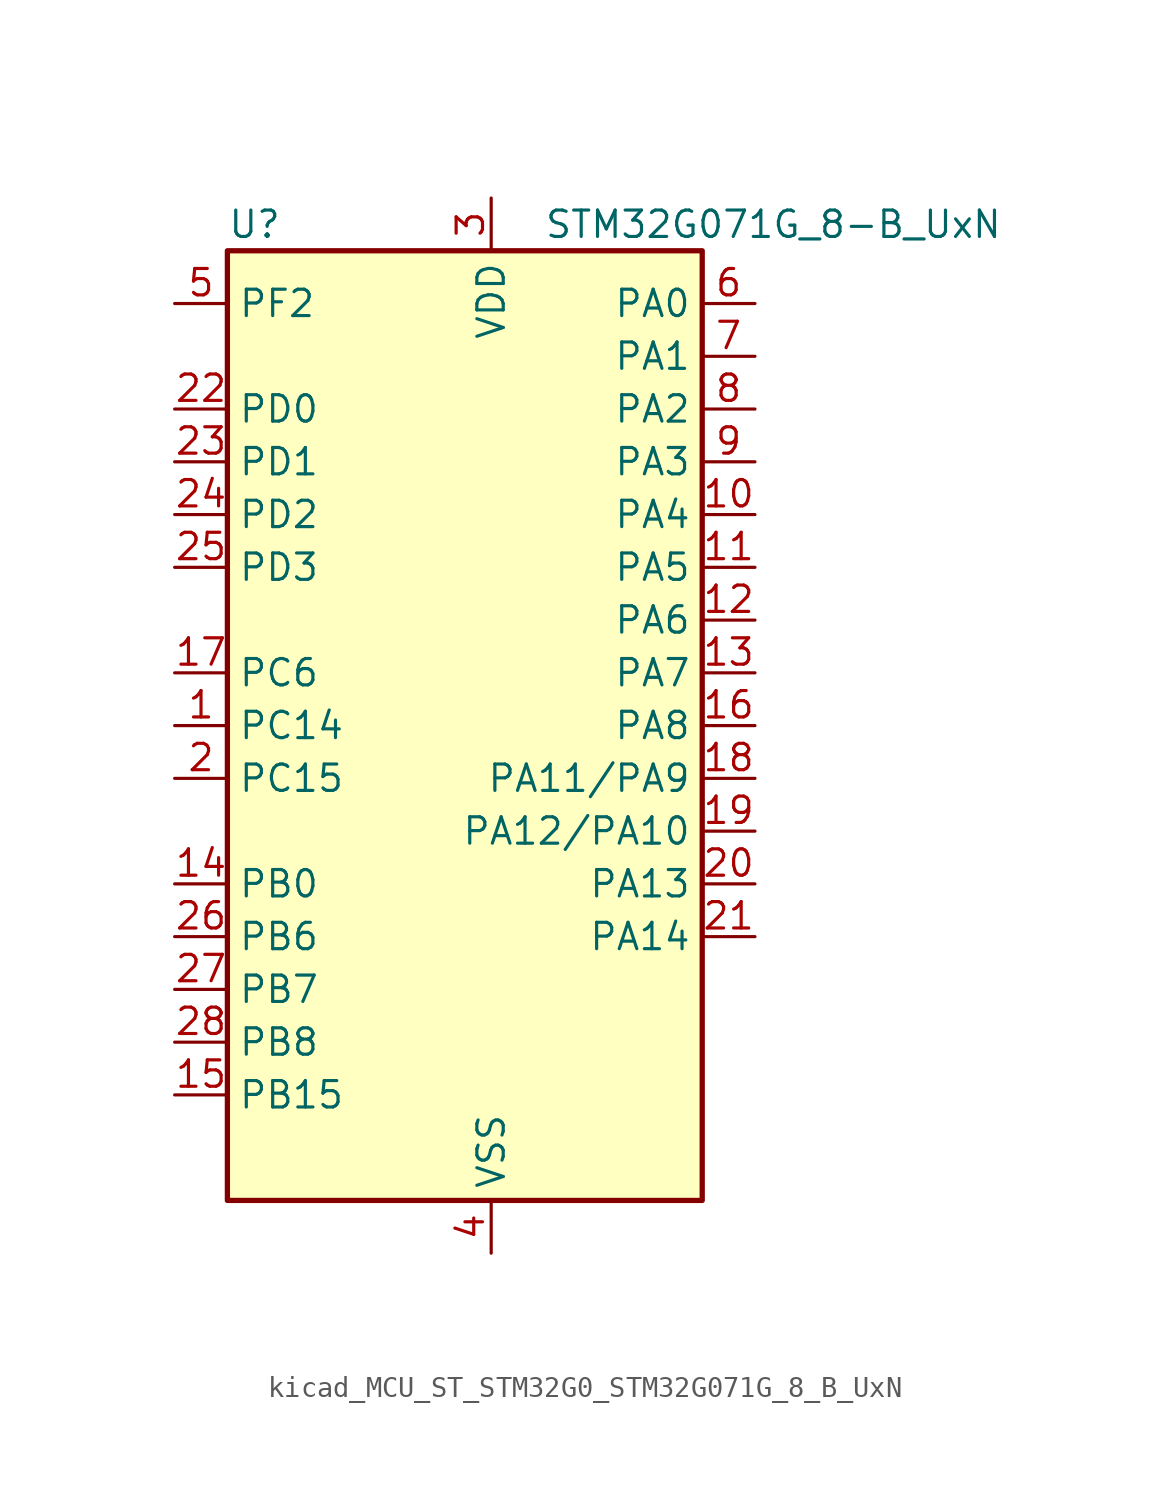
<source format=kicad_sym>
(kicad_symbol_lib
  (version 20220914)
  (generator kicad_symbol_editor)
  (symbol "kicad_MCU_ST_STM32G0_STM32G071G_8_B_UxN"
    (property "Reference" "U"
      (at -10.16 24.13 0)
      (effects (font (size 1.27 1.27)) (justify left)))
    (property "Value" "STM32G071G_8-B_UxN"
      (at 5.08 24.13 0)
      (effects (font (size 1.27 1.27)) (justify left)))
    (property "ki_locked" ""
      (at 0 0 0)
      (effects (font (size 1.27 1.27))))
    (symbol "kicad_MCU_ST_STM32G0_STM32G071G_8_B_UxN_0_1"
      (rectangle (start -10.16 -22.86) (end 12.7 22.86) (stroke (width 0.254) (type default)) (fill (type background))))
    (symbol "kicad_MCU_ST_STM32G0_STM32G071G_8_B_UxN_1_1"
      (pin bidirectional line (at -12.7 0 0) (length 2.54) (name "PC14" (effects (font (size 1.27 1.27)))) (number "1" (effects (font (size 1.27 1.27)))) (alternate "RCC_OSC32_IN" bidirectional line) (alternate "RCC_OSC_IN" bidirectional line) (alternate "TIM1_BK2" bidirectional line))
      (pin bidirectional line (at 15.24 10.16 180) (length 2.54) (name "PA4" (effects (font (size 1.27 1.27)))) (number "10" (effects (font (size 1.27 1.27)))) (alternate "ADC1_IN4" bidirectional line) (alternate "DAC1_OUT1" bidirectional line) (alternate "I2S1_WS" bidirectional line) (alternate "LPTIM2_OUT" bidirectional line) (alternate "RTC_OUT_ALARM" bidirectional line) (alternate "RTC_OUT_CALIB" bidirectional line) (alternate "RTC_TAMP_IN1" bidirectional line) (alternate "RTC_TS" bidirectional line) (alternate "SPI1_NSS" bidirectional line) (alternate "SPI2_MOSI" bidirectional line) (alternate "SYS_WKUP2" bidirectional line) (alternate "TIM14_CH1" bidirectional line) (alternate "UCPD2_FRSTX1" bidirectional line) (alternate "UCPD2_FRSTX2" bidirectional line))
      (pin bidirectional line (at 15.24 7.62 180) (length 2.54) (name "PA5" (effects (font (size 1.27 1.27)))) (number "11" (effects (font (size 1.27 1.27)))) (alternate "ADC1_IN5" bidirectional line) (alternate "CEC" bidirectional line) (alternate "DAC1_OUT2" bidirectional line) (alternate "I2S1_CK" bidirectional line) (alternate "LPTIM2_ETR" bidirectional line) (alternate "SPI1_SCK" bidirectional line) (alternate "TIM2_CH1" bidirectional line) (alternate "TIM2_ETR" bidirectional line) (alternate "UCPD1_FRSTX1" bidirectional line) (alternate "UCPD1_FRSTX2" bidirectional line) (alternate "USART3_TX" bidirectional line))
      (pin bidirectional line (at 15.24 5.08 180) (length 2.54) (name "PA6" (effects (font (size 1.27 1.27)))) (number "12" (effects (font (size 1.27 1.27)))) (alternate "ADC1_IN6" bidirectional line) (alternate "COMP1_OUT" bidirectional line) (alternate "I2S1_MCK" bidirectional line) (alternate "LPUART1_CTS" bidirectional line) (alternate "SPI1_MISO" bidirectional line) (alternate "TIM16_CH1" bidirectional line) (alternate "TIM1_BK" bidirectional line) (alternate "TIM3_CH1" bidirectional line) (alternate "USART3_CTS" bidirectional line) (alternate "USART3_NSS" bidirectional line))
      (pin bidirectional line (at 15.24 2.54 180) (length 2.54) (name "PA7" (effects (font (size 1.27 1.27)))) (number "13" (effects (font (size 1.27 1.27)))) (alternate "ADC1_IN7" bidirectional line) (alternate "COMP2_OUT" bidirectional line) (alternate "I2S1_SD" bidirectional line) (alternate "SPI1_MOSI" bidirectional line) (alternate "TIM14_CH1" bidirectional line) (alternate "TIM17_CH1" bidirectional line) (alternate "TIM1_CH1N" bidirectional line) (alternate "TIM3_CH2" bidirectional line) (alternate "UCPD1_FRSTX1" bidirectional line) (alternate "UCPD1_FRSTX2" bidirectional line))
      (pin bidirectional line (at -12.7 -7.62 0) (length 2.54) (name "PB0" (effects (font (size 1.27 1.27)))) (number "14" (effects (font (size 1.27 1.27)))) (alternate "ADC1_IN8" bidirectional line) (alternate "COMP1_OUT" bidirectional line) (alternate "I2S1_WS" bidirectional line) (alternate "LPTIM1_OUT" bidirectional line) (alternate "SPI1_NSS" bidirectional line) (alternate "TIM1_CH2N" bidirectional line) (alternate "TIM3_CH3" bidirectional line) (alternate "UCPD1_DBCC2" bidirectional line) (alternate "UCPD1_FRSTX1" bidirectional line) (alternate "UCPD1_FRSTX2" bidirectional line) (alternate "USART3_RX" bidirectional line))
      (pin bidirectional line (at -12.7 -17.78 0) (length 2.54) (name "PB15" (effects (font (size 1.27 1.27)))) (number "15" (effects (font (size 1.27 1.27)))) (alternate "RTC_REFIN" bidirectional line) (alternate "SPI2_MOSI" bidirectional line) (alternate "TIM15_CH1N" bidirectional line) (alternate "TIM15_CH2" bidirectional line) (alternate "TIM1_CH3N" bidirectional line) (alternate "UCPD1_CC2" bidirectional line))
      (pin bidirectional line (at 15.24 0 180) (length 2.54) (name "PA8" (effects (font (size 1.27 1.27)))) (number "16" (effects (font (size 1.27 1.27)))) (alternate "LPTIM2_OUT" bidirectional line) (alternate "RCC_MCO" bidirectional line) (alternate "SPI2_NSS" bidirectional line) (alternate "TIM1_CH1" bidirectional line) (alternate "UCPD1_CC1" bidirectional line))
      (pin bidirectional line (at -12.7 2.54 0) (length 2.54) (name "PC6" (effects (font (size 1.27 1.27)))) (number "17" (effects (font (size 1.27 1.27)))) (alternate "TIM2_CH3" bidirectional line) (alternate "TIM3_CH1" bidirectional line) (alternate "UCPD1_DBCC1" bidirectional line) (alternate "UCPD1_FRSTX1" bidirectional line) (alternate "UCPD1_FRSTX2" bidirectional line))
      (pin bidirectional line (at 15.24 -2.54 180) (length 2.54) (name "PA11/PA9" (effects (font (size 1.27 1.27)))) (number "18" (effects (font (size 1.27 1.27)))) (alternate "ADC1_EXTI11" bidirectional line) (alternate "COMP1_OUT" bidirectional line) (alternate "I2C2_SCL" bidirectional line) (alternate "I2S1_MCK" bidirectional line) (alternate "SPI1_MISO" bidirectional line) (alternate "TIM1_BK2" bidirectional line) (alternate "TIM1_CH4" bidirectional line) (alternate "USART1_CTS" bidirectional line) (alternate "USART1_NSS" bidirectional line))
      (pin bidirectional line (at 15.24 -5.08 180) (length 2.54) (name "PA12/PA10" (effects (font (size 1.27 1.27)))) (number "19" (effects (font (size 1.27 1.27)))) (alternate "COMP2_OUT" bidirectional line) (alternate "I2C2_SDA" bidirectional line) (alternate "I2S1_SD" bidirectional line) (alternate "I2S_CKIN" bidirectional line) (alternate "SPI1_MOSI" bidirectional line) (alternate "TIM1_ETR" bidirectional line) (alternate "USART1_CK" bidirectional line) (alternate "USART1_DE" bidirectional line) (alternate "USART1_RTS" bidirectional line))
      (pin bidirectional line (at -12.7 -2.54 0) (length 2.54) (name "PC15" (effects (font (size 1.27 1.27)))) (number "2" (effects (font (size 1.27 1.27)))) (alternate "RCC_OSC32_EN" bidirectional line) (alternate "RCC_OSC32_OUT" bidirectional line) (alternate "RCC_OSC_EN" bidirectional line) (alternate "TIM15_BK" bidirectional line))
      (pin bidirectional line (at 15.24 -7.62 180) (length 2.54) (name "PA13" (effects (font (size 1.27 1.27)))) (number "20" (effects (font (size 1.27 1.27)))) (alternate "IR_OUT" bidirectional line) (alternate "SYS_SWDIO" bidirectional line))
      (pin bidirectional line (at 15.24 -10.16 180) (length 2.54) (name "PA14" (effects (font (size 1.27 1.27)))) (number "21" (effects (font (size 1.27 1.27)))) (alternate "SYS_SWCLK" bidirectional line) (alternate "USART2_TX" bidirectional line))
      (pin bidirectional line (at -12.7 15.24 0) (length 2.54) (name "PD0" (effects (font (size 1.27 1.27)))) (number "22" (effects (font (size 1.27 1.27)))) (alternate "SPI2_NSS" bidirectional line) (alternate "TIM16_CH1" bidirectional line) (alternate "UCPD2_CC1" bidirectional line))
      (pin bidirectional line (at -12.7 12.7 0) (length 2.54) (name "PD1" (effects (font (size 1.27 1.27)))) (number "23" (effects (font (size 1.27 1.27)))) (alternate "SPI2_SCK" bidirectional line) (alternate "TIM17_CH1" bidirectional line) (alternate "UCPD2_DBCC1" bidirectional line))
      (pin bidirectional line (at -12.7 10.16 0) (length 2.54) (name "PD2" (effects (font (size 1.27 1.27)))) (number "24" (effects (font (size 1.27 1.27)))) (alternate "TIM1_CH1N" bidirectional line) (alternate "TIM3_ETR" bidirectional line) (alternate "UCPD2_CC2" bidirectional line) (alternate "USART3_CK" bidirectional line) (alternate "USART3_DE" bidirectional line) (alternate "USART3_RTS" bidirectional line))
      (pin bidirectional line (at -12.7 7.62 0) (length 2.54) (name "PD3" (effects (font (size 1.27 1.27)))) (number "25" (effects (font (size 1.27 1.27)))) (alternate "SPI2_MISO" bidirectional line) (alternate "TIM1_CH2N" bidirectional line) (alternate "UCPD2_DBCC2" bidirectional line) (alternate "USART2_CTS" bidirectional line) (alternate "USART2_NSS" bidirectional line))
      (pin bidirectional line (at -12.7 -10.16 0) (length 2.54) (name "PB6" (effects (font (size 1.27 1.27)))) (number "26" (effects (font (size 1.27 1.27)))) (alternate "COMP2_INP" bidirectional line) (alternate "I2C1_SCL" bidirectional line) (alternate "LPTIM1_ETR" bidirectional line) (alternate "SPI2_MISO" bidirectional line) (alternate "TIM16_CH1N" bidirectional line) (alternate "TIM1_CH3" bidirectional line) (alternate "USART1_TX" bidirectional line))
      (pin bidirectional line (at -12.7 -12.7 0) (length 2.54) (name "PB7" (effects (font (size 1.27 1.27)))) (number "27" (effects (font (size 1.27 1.27)))) (alternate "COMP2_INM" bidirectional line) (alternate "I2C1_SDA" bidirectional line) (alternate "LPTIM1_IN2" bidirectional line) (alternate "SPI2_MOSI" bidirectional line) (alternate "SYS_PVD_IN" bidirectional line) (alternate "TIM17_CH1N" bidirectional line) (alternate "USART1_RX" bidirectional line) (alternate "USART4_CTS" bidirectional line) (alternate "USART4_NSS" bidirectional line))
      (pin bidirectional line (at -12.7 -15.24 0) (length 2.54) (name "PB8" (effects (font (size 1.27 1.27)))) (number "28" (effects (font (size 1.27 1.27)))) (alternate "CEC" bidirectional line) (alternate "I2C1_SCL" bidirectional line) (alternate "SPI2_SCK" bidirectional line) (alternate "TIM15_BK" bidirectional line) (alternate "TIM16_CH1" bidirectional line) (alternate "USART3_TX" bidirectional line))
      (pin power_in line (at 2.54 25.4 270) (length 2.54) (name "VDD" (effects (font (size 1.27 1.27)))) (number "3" (effects (font (size 1.27 1.27)))))
      (pin power_in line (at 2.54 -25.4 90) (length 2.54) (name "VSS" (effects (font (size 1.27 1.27)))) (number "4" (effects (font (size 1.27 1.27)))))
      (pin bidirectional line (at -12.7 20.32 0) (length 2.54) (name "PF2" (effects (font (size 1.27 1.27)))) (number "5" (effects (font (size 1.27 1.27)))) (alternate "RCC_MCO" bidirectional line))
      (pin bidirectional line (at 15.24 20.32 180) (length 2.54) (name "PA0" (effects (font (size 1.27 1.27)))) (number "6" (effects (font (size 1.27 1.27)))) (alternate "ADC1_IN0" bidirectional line) (alternate "COMP1_INM" bidirectional line) (alternate "COMP1_OUT" bidirectional line) (alternate "LPTIM1_OUT" bidirectional line) (alternate "RTC_TAMP_IN2" bidirectional line) (alternate "SPI2_SCK" bidirectional line) (alternate "SYS_WKUP1" bidirectional line) (alternate "TIM2_CH1" bidirectional line) (alternate "TIM2_ETR" bidirectional line) (alternate "UCPD2_FRSTX1" bidirectional line) (alternate "UCPD2_FRSTX2" bidirectional line) (alternate "USART2_CTS" bidirectional line) (alternate "USART2_NSS" bidirectional line) (alternate "USART4_TX" bidirectional line))
      (pin bidirectional line (at 15.24 17.78 180) (length 2.54) (name "PA1" (effects (font (size 1.27 1.27)))) (number "7" (effects (font (size 1.27 1.27)))) (alternate "ADC1_IN1" bidirectional line) (alternate "COMP1_INP" bidirectional line) (alternate "I2C1_SMBA" bidirectional line) (alternate "I2S1_CK" bidirectional line) (alternate "SPI1_SCK" bidirectional line) (alternate "TIM15_CH1N" bidirectional line) (alternate "TIM2_CH2" bidirectional line) (alternate "USART2_CK" bidirectional line) (alternate "USART2_DE" bidirectional line) (alternate "USART2_RTS" bidirectional line) (alternate "USART4_RX" bidirectional line))
      (pin bidirectional line (at 15.24 15.24 180) (length 2.54) (name "PA2" (effects (font (size 1.27 1.27)))) (number "8" (effects (font (size 1.27 1.27)))) (alternate "ADC1_IN2" bidirectional line) (alternate "COMP2_INM" bidirectional line) (alternate "COMP2_OUT" bidirectional line) (alternate "I2S1_SD" bidirectional line) (alternate "LPUART1_TX" bidirectional line) (alternate "RCC_LSCO" bidirectional line) (alternate "SPI1_MOSI" bidirectional line) (alternate "SYS_WKUP4" bidirectional line) (alternate "TIM15_CH1" bidirectional line) (alternate "TIM2_CH3" bidirectional line) (alternate "UCPD1_FRSTX1" bidirectional line) (alternate "UCPD1_FRSTX2" bidirectional line) (alternate "USART2_TX" bidirectional line))
      (pin bidirectional line (at 15.24 12.7 180) (length 2.54) (name "PA3" (effects (font (size 1.27 1.27)))) (number "9" (effects (font (size 1.27 1.27)))) (alternate "ADC1_IN3" bidirectional line) (alternate "COMP2_INP" bidirectional line) (alternate "LPUART1_RX" bidirectional line) (alternate "SPI2_MISO" bidirectional line) (alternate "TIM15_CH2" bidirectional line) (alternate "TIM2_CH4" bidirectional line) (alternate "UCPD2_FRSTX1" bidirectional line) (alternate "UCPD2_FRSTX2" bidirectional line) (alternate "USART2_RX" bidirectional line)))))
</source>
